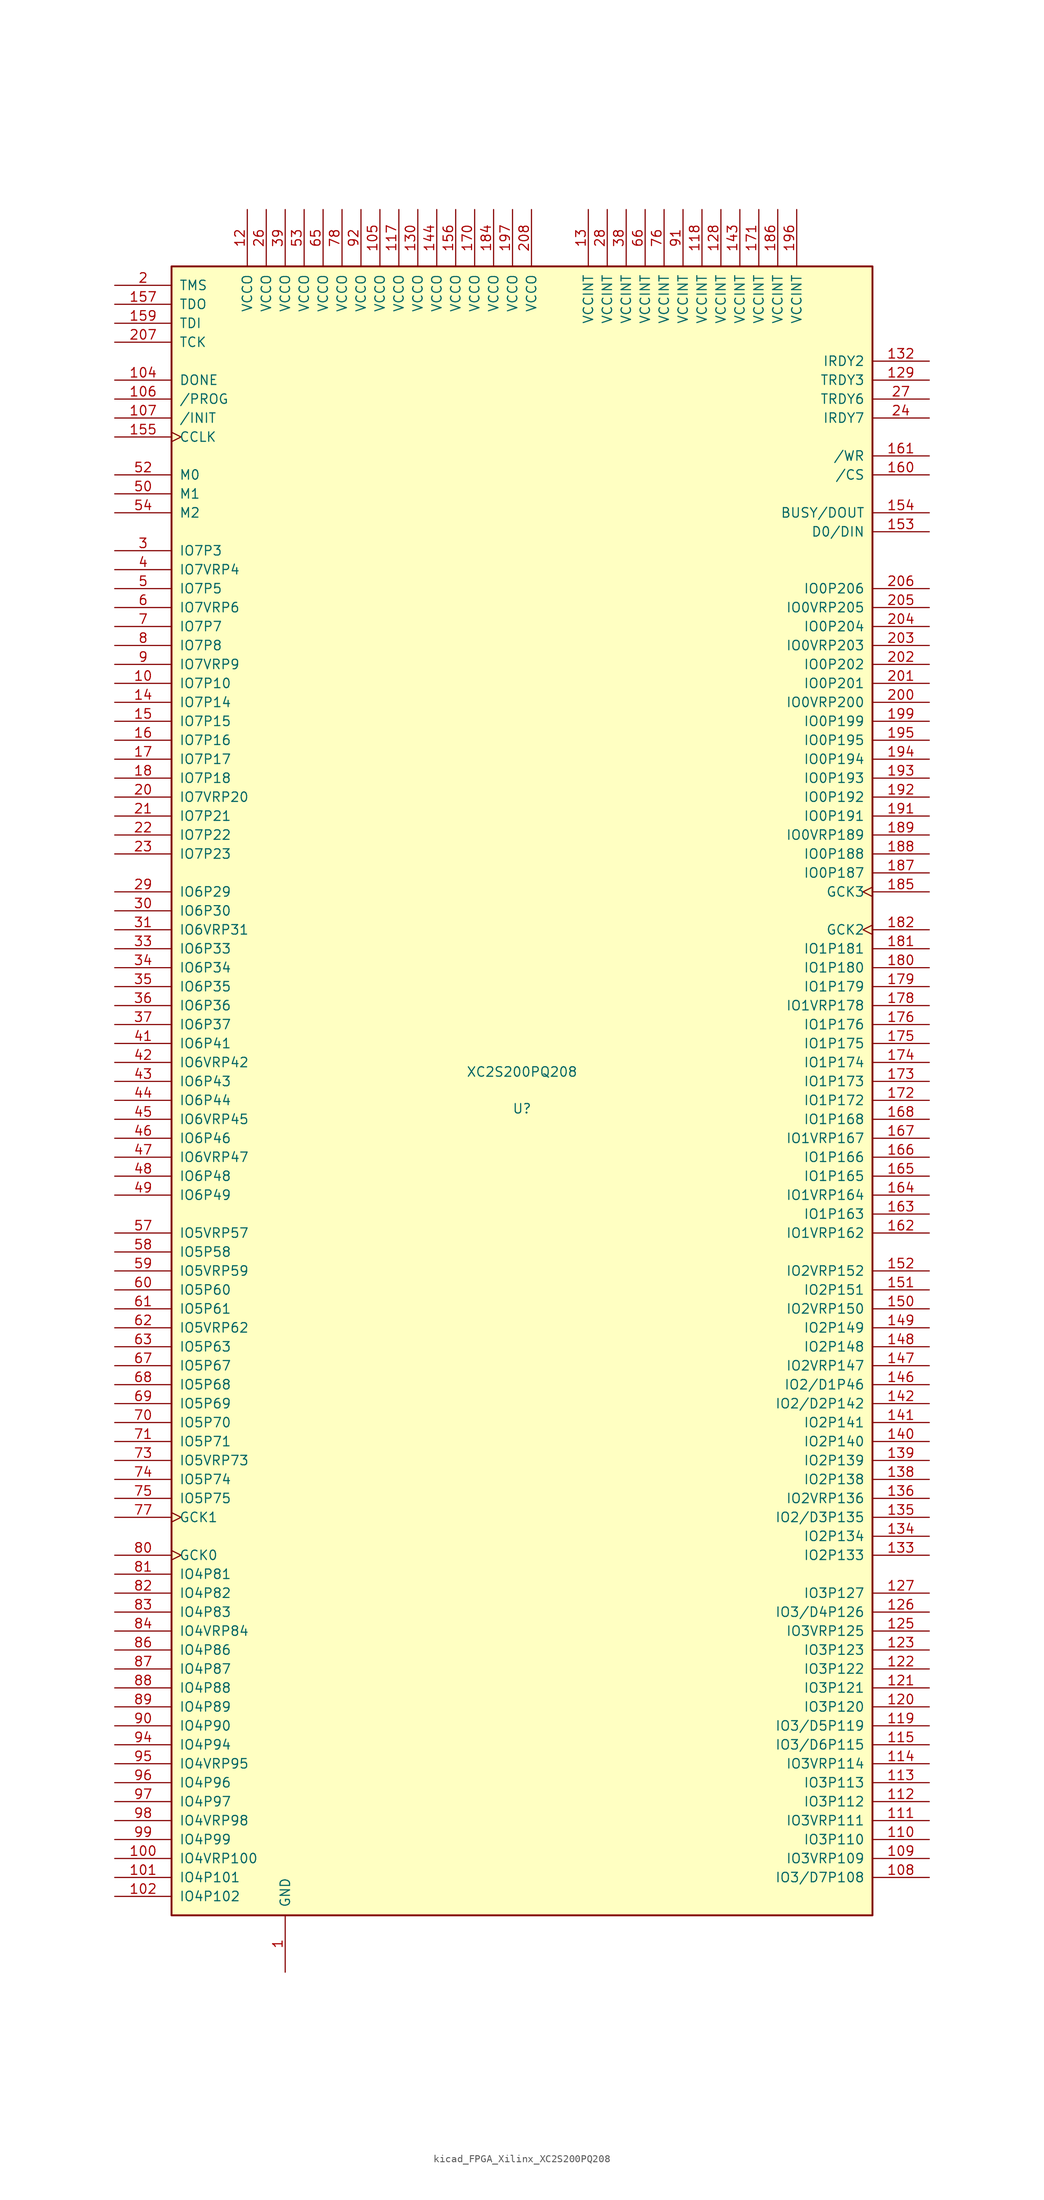
<source format=kicad_sym>
(kicad_symbol_lib
  (version 20220914)
  (generator kicad_symbol_editor)
  (symbol "kicad_FPGA_Xilinx_XC2S200PQ208"
    (pin_names
      (offset 1.016))
    (property "Reference" "U"
      (at 0 -2.388 0)
      (effects (font (size 1.27 1.27))))
    (property "Value" "XC2S200PQ208"
      (at 0 2.54 0)
      (effects (font (size 1.27 1.27))))
    (symbol "kicad_FPGA_Xilinx_XC2S200PQ208_0_1"
      (rectangle (start -46.99 110.49) (end 46.99 -110.49) (stroke (width 0.254) (type default)) (fill (type background))))
    (symbol "kicad_FPGA_Xilinx_XC2S200PQ208_1_1"
      (pin passive line (at -31.75 -118.11 90) (length 7.62) (name "GND" (effects (font (size 1.27 1.27)))) (number "1" (effects (font (size 1.27 1.27)))))
      (pin bidirectional line (at -54.61 54.61 0) (length 7.62) (name "IO7P10" (effects (font (size 1.27 1.27)))) (number "10" (effects (font (size 1.27 1.27)))))
      (pin bidirectional line (at -54.61 -102.87 0) (length 7.62) (name "IO4VRP100" (effects (font (size 1.27 1.27)))) (number "100" (effects (font (size 1.27 1.27)))))
      (pin bidirectional line (at -54.61 -105.41 0) (length 7.62) (name "IO4P101" (effects (font (size 1.27 1.27)))) (number "101" (effects (font (size 1.27 1.27)))))
      (pin bidirectional line (at -54.61 -107.95 0) (length 7.62) (name "IO4P102" (effects (font (size 1.27 1.27)))) (number "102" (effects (font (size 1.27 1.27)))))
      (pin passive line (at -31.75 -118.11 90) (length 7.62) hide (name "GND" (effects (font (size 1.27 1.27)))) (number "103" (effects (font (size 1.27 1.27)))))
      (pin bidirectional line (at -54.61 95.25 0) (length 7.62) (name "DONE" (effects (font (size 1.27 1.27)))) (number "104" (effects (font (size 1.27 1.27)))))
      (pin passive line (at -19.05 118.11 270) (length 7.62) (name "VCCO" (effects (font (size 1.27 1.27)))) (number "105" (effects (font (size 1.27 1.27)))))
      (pin input line (at -54.61 92.71 0) (length 7.62) (name "/PROG" (effects (font (size 1.27 1.27)))) (number "106" (effects (font (size 1.27 1.27)))))
      (pin bidirectional line (at -54.61 90.17 0) (length 7.62) (name "/INIT" (effects (font (size 1.27 1.27)))) (number "107" (effects (font (size 1.27 1.27)))))
      (pin bidirectional line (at 54.61 -105.41 180) (length 7.62) (name "IO3/D7P108" (effects (font (size 1.27 1.27)))) (number "108" (effects (font (size 1.27 1.27)))))
      (pin bidirectional line (at 54.61 -102.87 180) (length 7.62) (name "IO3VRP109" (effects (font (size 1.27 1.27)))) (number "109" (effects (font (size 1.27 1.27)))))
      (pin passive line (at -31.75 -118.11 90) (length 7.62) hide (name "GND" (effects (font (size 1.27 1.27)))) (number "11" (effects (font (size 1.27 1.27)))))
      (pin bidirectional line (at 54.61 -100.33 180) (length 7.62) (name "IO3P110" (effects (font (size 1.27 1.27)))) (number "110" (effects (font (size 1.27 1.27)))))
      (pin bidirectional line (at 54.61 -97.79 180) (length 7.62) (name "IO3VRP111" (effects (font (size 1.27 1.27)))) (number "111" (effects (font (size 1.27 1.27)))))
      (pin bidirectional line (at 54.61 -95.25 180) (length 7.62) (name "IO3P112" (effects (font (size 1.27 1.27)))) (number "112" (effects (font (size 1.27 1.27)))))
      (pin bidirectional line (at 54.61 -92.71 180) (length 7.62) (name "IO3P113" (effects (font (size 1.27 1.27)))) (number "113" (effects (font (size 1.27 1.27)))))
      (pin bidirectional line (at 54.61 -90.17 180) (length 7.62) (name "IO3VRP114" (effects (font (size 1.27 1.27)))) (number "114" (effects (font (size 1.27 1.27)))))
      (pin bidirectional line (at 54.61 -87.63 180) (length 7.62) (name "IO3/D6P115" (effects (font (size 1.27 1.27)))) (number "115" (effects (font (size 1.27 1.27)))))
      (pin passive line (at -31.75 -118.11 90) (length 7.62) hide (name "GND" (effects (font (size 1.27 1.27)))) (number "116" (effects (font (size 1.27 1.27)))))
      (pin passive line (at -16.51 118.11 270) (length 7.62) (name "VCCO" (effects (font (size 1.27 1.27)))) (number "117" (effects (font (size 1.27 1.27)))))
      (pin passive line (at 24.13 118.11 270) (length 7.62) (name "VCCINT" (effects (font (size 1.27 1.27)))) (number "118" (effects (font (size 1.27 1.27)))))
      (pin bidirectional line (at 54.61 -85.09 180) (length 7.62) (name "IO3/D5P119" (effects (font (size 1.27 1.27)))) (number "119" (effects (font (size 1.27 1.27)))))
      (pin passive line (at -36.83 118.11 270) (length 7.62) (name "VCCO" (effects (font (size 1.27 1.27)))) (number "12" (effects (font (size 1.27 1.27)))))
      (pin bidirectional line (at 54.61 -82.55 180) (length 7.62) (name "IO3P120" (effects (font (size 1.27 1.27)))) (number "120" (effects (font (size 1.27 1.27)))))
      (pin bidirectional line (at 54.61 -80.01 180) (length 7.62) (name "IO3P121" (effects (font (size 1.27 1.27)))) (number "121" (effects (font (size 1.27 1.27)))))
      (pin bidirectional line (at 54.61 -77.47 180) (length 7.62) (name "IO3P122" (effects (font (size 1.27 1.27)))) (number "122" (effects (font (size 1.27 1.27)))))
      (pin bidirectional line (at 54.61 -74.93 180) (length 7.62) (name "IO3P123" (effects (font (size 1.27 1.27)))) (number "123" (effects (font (size 1.27 1.27)))))
      (pin passive line (at -31.75 -118.11 90) (length 7.62) hide (name "GND" (effects (font (size 1.27 1.27)))) (number "124" (effects (font (size 1.27 1.27)))))
      (pin bidirectional line (at 54.61 -72.39 180) (length 7.62) (name "IO3VRP125" (effects (font (size 1.27 1.27)))) (number "125" (effects (font (size 1.27 1.27)))))
      (pin bidirectional line (at 54.61 -69.85 180) (length 7.62) (name "IO3/D4P126" (effects (font (size 1.27 1.27)))) (number "126" (effects (font (size 1.27 1.27)))))
      (pin bidirectional line (at 54.61 -67.31 180) (length 7.62) (name "IO3P127" (effects (font (size 1.27 1.27)))) (number "127" (effects (font (size 1.27 1.27)))))
      (pin passive line (at 26.67 118.11 270) (length 7.62) (name "VCCINT" (effects (font (size 1.27 1.27)))) (number "128" (effects (font (size 1.27 1.27)))))
      (pin bidirectional line (at 54.61 95.25 180) (length 7.62) (name "TRDY3" (effects (font (size 1.27 1.27)))) (number "129" (effects (font (size 1.27 1.27)))))
      (pin passive line (at 8.89 118.11 270) (length 7.62) (name "VCCINT" (effects (font (size 1.27 1.27)))) (number "13" (effects (font (size 1.27 1.27)))))
      (pin passive line (at -13.97 118.11 270) (length 7.62) (name "VCCO" (effects (font (size 1.27 1.27)))) (number "130" (effects (font (size 1.27 1.27)))))
      (pin passive line (at -31.75 -118.11 90) (length 7.62) hide (name "GND" (effects (font (size 1.27 1.27)))) (number "131" (effects (font (size 1.27 1.27)))))
      (pin bidirectional line (at 54.61 97.79 180) (length 7.62) (name "IRDY2" (effects (font (size 1.27 1.27)))) (number "132" (effects (font (size 1.27 1.27)))))
      (pin bidirectional line (at 54.61 -62.23 180) (length 7.62) (name "IO2P133" (effects (font (size 1.27 1.27)))) (number "133" (effects (font (size 1.27 1.27)))))
      (pin bidirectional line (at 54.61 -59.69 180) (length 7.62) (name "IO2P134" (effects (font (size 1.27 1.27)))) (number "134" (effects (font (size 1.27 1.27)))))
      (pin bidirectional line (at 54.61 -57.15 180) (length 7.62) (name "IO2/D3P135" (effects (font (size 1.27 1.27)))) (number "135" (effects (font (size 1.27 1.27)))))
      (pin bidirectional line (at 54.61 -54.61 180) (length 7.62) (name "IO2VRP136" (effects (font (size 1.27 1.27)))) (number "136" (effects (font (size 1.27 1.27)))))
      (pin passive line (at -31.75 -118.11 90) (length 7.62) hide (name "GND" (effects (font (size 1.27 1.27)))) (number "137" (effects (font (size 1.27 1.27)))))
      (pin bidirectional line (at 54.61 -52.07 180) (length 7.62) (name "IO2P138" (effects (font (size 1.27 1.27)))) (number "138" (effects (font (size 1.27 1.27)))))
      (pin bidirectional line (at 54.61 -49.53 180) (length 7.62) (name "IO2P139" (effects (font (size 1.27 1.27)))) (number "139" (effects (font (size 1.27 1.27)))))
      (pin bidirectional line (at -54.61 52.07 0) (length 7.62) (name "IO7P14" (effects (font (size 1.27 1.27)))) (number "14" (effects (font (size 1.27 1.27)))))
      (pin bidirectional line (at 54.61 -46.99 180) (length 7.62) (name "IO2P140" (effects (font (size 1.27 1.27)))) (number "140" (effects (font (size 1.27 1.27)))))
      (pin bidirectional line (at 54.61 -44.45 180) (length 7.62) (name "IO2P141" (effects (font (size 1.27 1.27)))) (number "141" (effects (font (size 1.27 1.27)))))
      (pin bidirectional line (at 54.61 -41.91 180) (length 7.62) (name "IO2/D2P142" (effects (font (size 1.27 1.27)))) (number "142" (effects (font (size 1.27 1.27)))))
      (pin passive line (at 29.21 118.11 270) (length 7.62) (name "VCCINT" (effects (font (size 1.27 1.27)))) (number "143" (effects (font (size 1.27 1.27)))))
      (pin passive line (at -11.43 118.11 270) (length 7.62) (name "VCCO" (effects (font (size 1.27 1.27)))) (number "144" (effects (font (size 1.27 1.27)))))
      (pin passive line (at -31.75 -118.11 90) (length 7.62) hide (name "GND" (effects (font (size 1.27 1.27)))) (number "145" (effects (font (size 1.27 1.27)))))
      (pin bidirectional line (at 54.61 -39.37 180) (length 7.62) (name "IO2/D1P46" (effects (font (size 1.27 1.27)))) (number "146" (effects (font (size 1.27 1.27)))))
      (pin bidirectional line (at 54.61 -36.83 180) (length 7.62) (name "IO2VRP147" (effects (font (size 1.27 1.27)))) (number "147" (effects (font (size 1.27 1.27)))))
      (pin bidirectional line (at 54.61 -34.29 180) (length 7.62) (name "IO2P148" (effects (font (size 1.27 1.27)))) (number "148" (effects (font (size 1.27 1.27)))))
      (pin bidirectional line (at 54.61 -31.75 180) (length 7.62) (name "IO2P149" (effects (font (size 1.27 1.27)))) (number "149" (effects (font (size 1.27 1.27)))))
      (pin bidirectional line (at -54.61 49.53 0) (length 7.62) (name "IO7P15" (effects (font (size 1.27 1.27)))) (number "15" (effects (font (size 1.27 1.27)))))
      (pin bidirectional line (at 54.61 -29.21 180) (length 7.62) (name "IO2VRP150" (effects (font (size 1.27 1.27)))) (number "150" (effects (font (size 1.27 1.27)))))
      (pin bidirectional line (at 54.61 -26.67 180) (length 7.62) (name "IO2P151" (effects (font (size 1.27 1.27)))) (number "151" (effects (font (size 1.27 1.27)))))
      (pin bidirectional line (at 54.61 -24.13 180) (length 7.62) (name "IO2VRP152" (effects (font (size 1.27 1.27)))) (number "152" (effects (font (size 1.27 1.27)))))
      (pin bidirectional line (at 54.61 74.93 180) (length 7.62) (name "D0/DIN" (effects (font (size 1.27 1.27)))) (number "153" (effects (font (size 1.27 1.27)))))
      (pin bidirectional line (at 54.61 77.47 180) (length 7.62) (name "BUSY/DOUT" (effects (font (size 1.27 1.27)))) (number "154" (effects (font (size 1.27 1.27)))))
      (pin bidirectional clock (at -54.61 87.63 0) (length 7.62) (name "CCLK" (effects (font (size 1.27 1.27)))) (number "155" (effects (font (size 1.27 1.27)))))
      (pin passive line (at -8.89 118.11 270) (length 7.62) (name "VCCO" (effects (font (size 1.27 1.27)))) (number "156" (effects (font (size 1.27 1.27)))))
      (pin bidirectional line (at -54.61 105.41 0) (length 7.62) (name "TDO" (effects (font (size 1.27 1.27)))) (number "157" (effects (font (size 1.27 1.27)))))
      (pin passive line (at -31.75 -118.11 90) (length 7.62) hide (name "GND" (effects (font (size 1.27 1.27)))) (number "158" (effects (font (size 1.27 1.27)))))
      (pin bidirectional line (at -54.61 102.87 0) (length 7.62) (name "TDI" (effects (font (size 1.27 1.27)))) (number "159" (effects (font (size 1.27 1.27)))))
      (pin bidirectional line (at -54.61 46.99 0) (length 7.62) (name "IO7P16" (effects (font (size 1.27 1.27)))) (number "16" (effects (font (size 1.27 1.27)))))
      (pin bidirectional line (at 54.61 82.55 180) (length 7.62) (name "/CS" (effects (font (size 1.27 1.27)))) (number "160" (effects (font (size 1.27 1.27)))))
      (pin bidirectional line (at 54.61 85.09 180) (length 7.62) (name "/WR" (effects (font (size 1.27 1.27)))) (number "161" (effects (font (size 1.27 1.27)))))
      (pin bidirectional line (at 54.61 -19.05 180) (length 7.62) (name "IO1VRP162" (effects (font (size 1.27 1.27)))) (number "162" (effects (font (size 1.27 1.27)))))
      (pin bidirectional line (at 54.61 -16.51 180) (length 7.62) (name "IO1P163" (effects (font (size 1.27 1.27)))) (number "163" (effects (font (size 1.27 1.27)))))
      (pin bidirectional line (at 54.61 -13.97 180) (length 7.62) (name "IO1VRP164" (effects (font (size 1.27 1.27)))) (number "164" (effects (font (size 1.27 1.27)))))
      (pin bidirectional line (at 54.61 -11.43 180) (length 7.62) (name "IO1P165" (effects (font (size 1.27 1.27)))) (number "165" (effects (font (size 1.27 1.27)))))
      (pin bidirectional line (at 54.61 -8.89 180) (length 7.62) (name "IO1P166" (effects (font (size 1.27 1.27)))) (number "166" (effects (font (size 1.27 1.27)))))
      (pin bidirectional line (at 54.61 -6.35 180) (length 7.62) (name "IO1VRP167" (effects (font (size 1.27 1.27)))) (number "167" (effects (font (size 1.27 1.27)))))
      (pin bidirectional line (at 54.61 -3.81 180) (length 7.62) (name "IO1P168" (effects (font (size 1.27 1.27)))) (number "168" (effects (font (size 1.27 1.27)))))
      (pin passive line (at -31.75 -118.11 90) (length 7.62) hide (name "GND" (effects (font (size 1.27 1.27)))) (number "169" (effects (font (size 1.27 1.27)))))
      (pin bidirectional line (at -54.61 44.45 0) (length 7.62) (name "IO7P17" (effects (font (size 1.27 1.27)))) (number "17" (effects (font (size 1.27 1.27)))))
      (pin passive line (at -6.35 118.11 270) (length 7.62) (name "VCCO" (effects (font (size 1.27 1.27)))) (number "170" (effects (font (size 1.27 1.27)))))
      (pin passive line (at 31.75 118.11 270) (length 7.62) (name "VCCINT" (effects (font (size 1.27 1.27)))) (number "171" (effects (font (size 1.27 1.27)))))
      (pin bidirectional line (at 54.61 -1.27 180) (length 7.62) (name "IO1P172" (effects (font (size 1.27 1.27)))) (number "172" (effects (font (size 1.27 1.27)))))
      (pin bidirectional line (at 54.61 1.27 180) (length 7.62) (name "IO1P173" (effects (font (size 1.27 1.27)))) (number "173" (effects (font (size 1.27 1.27)))))
      (pin bidirectional line (at 54.61 3.81 180) (length 7.62) (name "IO1P174" (effects (font (size 1.27 1.27)))) (number "174" (effects (font (size 1.27 1.27)))))
      (pin bidirectional line (at 54.61 6.35 180) (length 7.62) (name "IO1P175" (effects (font (size 1.27 1.27)))) (number "175" (effects (font (size 1.27 1.27)))))
      (pin bidirectional line (at 54.61 8.89 180) (length 7.62) (name "IO1P176" (effects (font (size 1.27 1.27)))) (number "176" (effects (font (size 1.27 1.27)))))
      (pin passive line (at -31.75 -118.11 90) (length 7.62) hide (name "GND" (effects (font (size 1.27 1.27)))) (number "177" (effects (font (size 1.27 1.27)))))
      (pin bidirectional line (at 54.61 11.43 180) (length 7.62) (name "IO1VRP178" (effects (font (size 1.27 1.27)))) (number "178" (effects (font (size 1.27 1.27)))))
      (pin bidirectional line (at 54.61 13.97 180) (length 7.62) (name "IO1P179" (effects (font (size 1.27 1.27)))) (number "179" (effects (font (size 1.27 1.27)))))
      (pin bidirectional line (at -54.61 41.91 0) (length 7.62) (name "IO7P18" (effects (font (size 1.27 1.27)))) (number "18" (effects (font (size 1.27 1.27)))))
      (pin bidirectional line (at 54.61 16.51 180) (length 7.62) (name "IO1P180" (effects (font (size 1.27 1.27)))) (number "180" (effects (font (size 1.27 1.27)))))
      (pin bidirectional line (at 54.61 19.05 180) (length 7.62) (name "IO1P181" (effects (font (size 1.27 1.27)))) (number "181" (effects (font (size 1.27 1.27)))))
      (pin input clock (at 54.61 21.59 180) (length 7.62) (name "GCK2" (effects (font (size 1.27 1.27)))) (number "182" (effects (font (size 1.27 1.27)))))
      (pin passive line (at -31.75 -118.11 90) (length 7.62) hide (name "GND" (effects (font (size 1.27 1.27)))) (number "183" (effects (font (size 1.27 1.27)))))
      (pin passive line (at -3.81 118.11 270) (length 7.62) (name "VCCO" (effects (font (size 1.27 1.27)))) (number "184" (effects (font (size 1.27 1.27)))))
      (pin input clock (at 54.61 26.67 180) (length 7.62) (name "GCK3" (effects (font (size 1.27 1.27)))) (number "185" (effects (font (size 1.27 1.27)))))
      (pin passive line (at 34.29 118.11 270) (length 7.62) (name "VCCINT" (effects (font (size 1.27 1.27)))) (number "186" (effects (font (size 1.27 1.27)))))
      (pin bidirectional line (at 54.61 29.21 180) (length 7.62) (name "IO0P187" (effects (font (size 1.27 1.27)))) (number "187" (effects (font (size 1.27 1.27)))))
      (pin bidirectional line (at 54.61 31.75 180) (length 7.62) (name "IO0P188" (effects (font (size 1.27 1.27)))) (number "188" (effects (font (size 1.27 1.27)))))
      (pin bidirectional line (at 54.61 34.29 180) (length 7.62) (name "IO0VRP189" (effects (font (size 1.27 1.27)))) (number "189" (effects (font (size 1.27 1.27)))))
      (pin passive line (at -31.75 -118.11 90) (length 7.62) hide (name "GND" (effects (font (size 1.27 1.27)))) (number "19" (effects (font (size 1.27 1.27)))))
      (pin passive line (at -31.75 -118.11 90) (length 7.62) hide (name "GND" (effects (font (size 1.27 1.27)))) (number "190" (effects (font (size 1.27 1.27)))))
      (pin bidirectional line (at 54.61 36.83 180) (length 7.62) (name "IO0P191" (effects (font (size 1.27 1.27)))) (number "191" (effects (font (size 1.27 1.27)))))
      (pin bidirectional line (at 54.61 39.37 180) (length 7.62) (name "IO0P192" (effects (font (size 1.27 1.27)))) (number "192" (effects (font (size 1.27 1.27)))))
      (pin bidirectional line (at 54.61 41.91 180) (length 7.62) (name "IO0P193" (effects (font (size 1.27 1.27)))) (number "193" (effects (font (size 1.27 1.27)))))
      (pin bidirectional line (at 54.61 44.45 180) (length 7.62) (name "IO0P194" (effects (font (size 1.27 1.27)))) (number "194" (effects (font (size 1.27 1.27)))))
      (pin bidirectional line (at 54.61 46.99 180) (length 7.62) (name "IO0P195" (effects (font (size 1.27 1.27)))) (number "195" (effects (font (size 1.27 1.27)))))
      (pin passive line (at 36.83 118.11 270) (length 7.62) (name "VCCINT" (effects (font (size 1.27 1.27)))) (number "196" (effects (font (size 1.27 1.27)))))
      (pin passive line (at -1.27 118.11 270) (length 7.62) (name "VCCO" (effects (font (size 1.27 1.27)))) (number "197" (effects (font (size 1.27 1.27)))))
      (pin passive line (at -31.75 -118.11 90) (length 7.62) hide (name "GND" (effects (font (size 1.27 1.27)))) (number "198" (effects (font (size 1.27 1.27)))))
      (pin bidirectional line (at 54.61 49.53 180) (length 7.62) (name "IO0P199" (effects (font (size 1.27 1.27)))) (number "199" (effects (font (size 1.27 1.27)))))
      (pin bidirectional line (at -54.61 107.95 0) (length 7.62) (name "TMS" (effects (font (size 1.27 1.27)))) (number "2" (effects (font (size 1.27 1.27)))))
      (pin bidirectional line (at -54.61 39.37 0) (length 7.62) (name "IO7VRP20" (effects (font (size 1.27 1.27)))) (number "20" (effects (font (size 1.27 1.27)))))
      (pin bidirectional line (at 54.61 52.07 180) (length 7.62) (name "IO0VRP200" (effects (font (size 1.27 1.27)))) (number "200" (effects (font (size 1.27 1.27)))))
      (pin bidirectional line (at 54.61 54.61 180) (length 7.62) (name "IO0P201" (effects (font (size 1.27 1.27)))) (number "201" (effects (font (size 1.27 1.27)))))
      (pin bidirectional line (at 54.61 57.15 180) (length 7.62) (name "IO0P202" (effects (font (size 1.27 1.27)))) (number "202" (effects (font (size 1.27 1.27)))))
      (pin bidirectional line (at 54.61 59.69 180) (length 7.62) (name "IO0VRP203" (effects (font (size 1.27 1.27)))) (number "203" (effects (font (size 1.27 1.27)))))
      (pin bidirectional line (at 54.61 62.23 180) (length 7.62) (name "IO0P204" (effects (font (size 1.27 1.27)))) (number "204" (effects (font (size 1.27 1.27)))))
      (pin bidirectional line (at 54.61 64.77 180) (length 7.62) (name "IO0VRP205" (effects (font (size 1.27 1.27)))) (number "205" (effects (font (size 1.27 1.27)))))
      (pin bidirectional line (at 54.61 67.31 180) (length 7.62) (name "IO0P206" (effects (font (size 1.27 1.27)))) (number "206" (effects (font (size 1.27 1.27)))))
      (pin bidirectional line (at -54.61 100.33 0) (length 7.62) (name "TCK" (effects (font (size 1.27 1.27)))) (number "207" (effects (font (size 1.27 1.27)))))
      (pin passive line (at 1.27 118.11 270) (length 7.62) (name "VCCO" (effects (font (size 1.27 1.27)))) (number "208" (effects (font (size 1.27 1.27)))))
      (pin bidirectional line (at -54.61 36.83 0) (length 7.62) (name "IO7P21" (effects (font (size 1.27 1.27)))) (number "21" (effects (font (size 1.27 1.27)))))
      (pin bidirectional line (at -54.61 34.29 0) (length 7.62) (name "IO7P22" (effects (font (size 1.27 1.27)))) (number "22" (effects (font (size 1.27 1.27)))))
      (pin bidirectional line (at -54.61 31.75 0) (length 7.62) (name "IO7P23" (effects (font (size 1.27 1.27)))) (number "23" (effects (font (size 1.27 1.27)))))
      (pin bidirectional line (at 54.61 90.17 180) (length 7.62) (name "IRDY7" (effects (font (size 1.27 1.27)))) (number "24" (effects (font (size 1.27 1.27)))))
      (pin passive line (at -31.75 -118.11 90) (length 7.62) hide (name "GND" (effects (font (size 1.27 1.27)))) (number "25" (effects (font (size 1.27 1.27)))))
      (pin passive line (at -34.29 118.11 270) (length 7.62) (name "VCCO" (effects (font (size 1.27 1.27)))) (number "26" (effects (font (size 1.27 1.27)))))
      (pin bidirectional line (at 54.61 92.71 180) (length 7.62) (name "TRDY6" (effects (font (size 1.27 1.27)))) (number "27" (effects (font (size 1.27 1.27)))))
      (pin passive line (at 11.43 118.11 270) (length 7.62) (name "VCCINT" (effects (font (size 1.27 1.27)))) (number "28" (effects (font (size 1.27 1.27)))))
      (pin bidirectional line (at -54.61 26.67 0) (length 7.62) (name "IO6P29" (effects (font (size 1.27 1.27)))) (number "29" (effects (font (size 1.27 1.27)))))
      (pin bidirectional line (at -54.61 72.39 0) (length 7.62) (name "IO7P3" (effects (font (size 1.27 1.27)))) (number "3" (effects (font (size 1.27 1.27)))))
      (pin bidirectional line (at -54.61 24.13 0) (length 7.62) (name "IO6P30" (effects (font (size 1.27 1.27)))) (number "30" (effects (font (size 1.27 1.27)))))
      (pin bidirectional line (at -54.61 21.59 0) (length 7.62) (name "IO6VRP31" (effects (font (size 1.27 1.27)))) (number "31" (effects (font (size 1.27 1.27)))))
      (pin passive line (at -31.75 -118.11 90) (length 7.62) hide (name "GND" (effects (font (size 1.27 1.27)))) (number "32" (effects (font (size 1.27 1.27)))))
      (pin bidirectional line (at -54.61 19.05 0) (length 7.62) (name "IO6P33" (effects (font (size 1.27 1.27)))) (number "33" (effects (font (size 1.27 1.27)))))
      (pin bidirectional line (at -54.61 16.51 0) (length 7.62) (name "IO6P34" (effects (font (size 1.27 1.27)))) (number "34" (effects (font (size 1.27 1.27)))))
      (pin bidirectional line (at -54.61 13.97 0) (length 7.62) (name "IO6P35" (effects (font (size 1.27 1.27)))) (number "35" (effects (font (size 1.27 1.27)))))
      (pin bidirectional line (at -54.61 11.43 0) (length 7.62) (name "IO6P36" (effects (font (size 1.27 1.27)))) (number "36" (effects (font (size 1.27 1.27)))))
      (pin bidirectional line (at -54.61 8.89 0) (length 7.62) (name "IO6P37" (effects (font (size 1.27 1.27)))) (number "37" (effects (font (size 1.27 1.27)))))
      (pin passive line (at 13.97 118.11 270) (length 7.62) (name "VCCINT" (effects (font (size 1.27 1.27)))) (number "38" (effects (font (size 1.27 1.27)))))
      (pin passive line (at -31.75 118.11 270) (length 7.62) (name "VCCO" (effects (font (size 1.27 1.27)))) (number "39" (effects (font (size 1.27 1.27)))))
      (pin bidirectional line (at -54.61 69.85 0) (length 7.62) (name "IO7VRP4" (effects (font (size 1.27 1.27)))) (number "4" (effects (font (size 1.27 1.27)))))
      (pin passive line (at -31.75 -118.11 90) (length 7.62) hide (name "GND" (effects (font (size 1.27 1.27)))) (number "40" (effects (font (size 1.27 1.27)))))
      (pin bidirectional line (at -54.61 6.35 0) (length 7.62) (name "IO6P41" (effects (font (size 1.27 1.27)))) (number "41" (effects (font (size 1.27 1.27)))))
      (pin bidirectional line (at -54.61 3.81 0) (length 7.62) (name "IO6VRP42" (effects (font (size 1.27 1.27)))) (number "42" (effects (font (size 1.27 1.27)))))
      (pin bidirectional line (at -54.61 1.27 0) (length 7.62) (name "IO6P43" (effects (font (size 1.27 1.27)))) (number "43" (effects (font (size 1.27 1.27)))))
      (pin bidirectional line (at -54.61 -1.27 0) (length 7.62) (name "IO6P44" (effects (font (size 1.27 1.27)))) (number "44" (effects (font (size 1.27 1.27)))))
      (pin bidirectional line (at -54.61 -3.81 0) (length 7.62) (name "IO6VRP45" (effects (font (size 1.27 1.27)))) (number "45" (effects (font (size 1.27 1.27)))))
      (pin bidirectional line (at -54.61 -6.35 0) (length 7.62) (name "IO6P46" (effects (font (size 1.27 1.27)))) (number "46" (effects (font (size 1.27 1.27)))))
      (pin bidirectional line (at -54.61 -8.89 0) (length 7.62) (name "IO6VRP47" (effects (font (size 1.27 1.27)))) (number "47" (effects (font (size 1.27 1.27)))))
      (pin bidirectional line (at -54.61 -11.43 0) (length 7.62) (name "IO6P48" (effects (font (size 1.27 1.27)))) (number "48" (effects (font (size 1.27 1.27)))))
      (pin bidirectional line (at -54.61 -13.97 0) (length 7.62) (name "IO6P49" (effects (font (size 1.27 1.27)))) (number "49" (effects (font (size 1.27 1.27)))))
      (pin bidirectional line (at -54.61 67.31 0) (length 7.62) (name "IO7P5" (effects (font (size 1.27 1.27)))) (number "5" (effects (font (size 1.27 1.27)))))
      (pin input line (at -54.61 80.01 0) (length 7.62) (name "M1" (effects (font (size 1.27 1.27)))) (number "50" (effects (font (size 1.27 1.27)))))
      (pin passive line (at -31.75 -118.11 90) (length 7.62) hide (name "GND" (effects (font (size 1.27 1.27)))) (number "51" (effects (font (size 1.27 1.27)))))
      (pin input line (at -54.61 82.55 0) (length 7.62) (name "M0" (effects (font (size 1.27 1.27)))) (number "52" (effects (font (size 1.27 1.27)))))
      (pin passive line (at -29.21 118.11 270) (length 7.62) (name "VCCO" (effects (font (size 1.27 1.27)))) (number "53" (effects (font (size 1.27 1.27)))))
      (pin input line (at -54.61 77.47 0) (length 7.62) (name "M2" (effects (font (size 1.27 1.27)))) (number "54" (effects (font (size 1.27 1.27)))))
      (pin bidirectional line (at -54.61 -19.05 0) (length 7.62) (name "IO5VRP57" (effects (font (size 1.27 1.27)))) (number "57" (effects (font (size 1.27 1.27)))))
      (pin bidirectional line (at -54.61 -21.59 0) (length 7.62) (name "IO5P58" (effects (font (size 1.27 1.27)))) (number "58" (effects (font (size 1.27 1.27)))))
      (pin bidirectional line (at -54.61 -24.13 0) (length 7.62) (name "IO5VRP59" (effects (font (size 1.27 1.27)))) (number "59" (effects (font (size 1.27 1.27)))))
      (pin bidirectional line (at -54.61 64.77 0) (length 7.62) (name "IO7VRP6" (effects (font (size 1.27 1.27)))) (number "6" (effects (font (size 1.27 1.27)))))
      (pin bidirectional line (at -54.61 -26.67 0) (length 7.62) (name "IO5P60" (effects (font (size 1.27 1.27)))) (number "60" (effects (font (size 1.27 1.27)))))
      (pin bidirectional line (at -54.61 -29.21 0) (length 7.62) (name "IO5P61" (effects (font (size 1.27 1.27)))) (number "61" (effects (font (size 1.27 1.27)))))
      (pin bidirectional line (at -54.61 -31.75 0) (length 7.62) (name "IO5VRP62" (effects (font (size 1.27 1.27)))) (number "62" (effects (font (size 1.27 1.27)))))
      (pin bidirectional line (at -54.61 -34.29 0) (length 7.62) (name "IO5P63" (effects (font (size 1.27 1.27)))) (number "63" (effects (font (size 1.27 1.27)))))
      (pin passive line (at -31.75 -118.11 90) (length 7.62) hide (name "GND" (effects (font (size 1.27 1.27)))) (number "64" (effects (font (size 1.27 1.27)))))
      (pin passive line (at -26.67 118.11 270) (length 7.62) (name "VCCO" (effects (font (size 1.27 1.27)))) (number "65" (effects (font (size 1.27 1.27)))))
      (pin passive line (at 16.51 118.11 270) (length 7.62) (name "VCCINT" (effects (font (size 1.27 1.27)))) (number "66" (effects (font (size 1.27 1.27)))))
      (pin bidirectional line (at -54.61 -36.83 0) (length 7.62) (name "IO5P67" (effects (font (size 1.27 1.27)))) (number "67" (effects (font (size 1.27 1.27)))))
      (pin bidirectional line (at -54.61 -39.37 0) (length 7.62) (name "IO5P68" (effects (font (size 1.27 1.27)))) (number "68" (effects (font (size 1.27 1.27)))))
      (pin bidirectional line (at -54.61 -41.91 0) (length 7.62) (name "IO5P69" (effects (font (size 1.27 1.27)))) (number "69" (effects (font (size 1.27 1.27)))))
      (pin bidirectional line (at -54.61 62.23 0) (length 7.62) (name "IO7P7" (effects (font (size 1.27 1.27)))) (number "7" (effects (font (size 1.27 1.27)))))
      (pin bidirectional line (at -54.61 -44.45 0) (length 7.62) (name "IO5P70" (effects (font (size 1.27 1.27)))) (number "70" (effects (font (size 1.27 1.27)))))
      (pin bidirectional line (at -54.61 -46.99 0) (length 7.62) (name "IO5P71" (effects (font (size 1.27 1.27)))) (number "71" (effects (font (size 1.27 1.27)))))
      (pin passive line (at -31.75 -118.11 90) (length 7.62) hide (name "GND" (effects (font (size 1.27 1.27)))) (number "72" (effects (font (size 1.27 1.27)))))
      (pin bidirectional line (at -54.61 -49.53 0) (length 7.62) (name "IO5VRP73" (effects (font (size 1.27 1.27)))) (number "73" (effects (font (size 1.27 1.27)))))
      (pin bidirectional line (at -54.61 -52.07 0) (length 7.62) (name "IO5P74" (effects (font (size 1.27 1.27)))) (number "74" (effects (font (size 1.27 1.27)))))
      (pin bidirectional line (at -54.61 -54.61 0) (length 7.62) (name "IO5P75" (effects (font (size 1.27 1.27)))) (number "75" (effects (font (size 1.27 1.27)))))
      (pin passive line (at 19.05 118.11 270) (length 7.62) (name "VCCINT" (effects (font (size 1.27 1.27)))) (number "76" (effects (font (size 1.27 1.27)))))
      (pin input clock (at -54.61 -57.15 0) (length 7.62) (name "GCK1" (effects (font (size 1.27 1.27)))) (number "77" (effects (font (size 1.27 1.27)))))
      (pin passive line (at -24.13 118.11 270) (length 7.62) (name "VCCO" (effects (font (size 1.27 1.27)))) (number "78" (effects (font (size 1.27 1.27)))))
      (pin passive line (at -31.75 -118.11 90) (length 7.62) hide (name "GND" (effects (font (size 1.27 1.27)))) (number "79" (effects (font (size 1.27 1.27)))))
      (pin bidirectional line (at -54.61 59.69 0) (length 7.62) (name "IO7P8" (effects (font (size 1.27 1.27)))) (number "8" (effects (font (size 1.27 1.27)))))
      (pin input clock (at -54.61 -62.23 0) (length 7.62) (name "GCK0" (effects (font (size 1.27 1.27)))) (number "80" (effects (font (size 1.27 1.27)))))
      (pin bidirectional line (at -54.61 -64.77 0) (length 7.62) (name "IO4P81" (effects (font (size 1.27 1.27)))) (number "81" (effects (font (size 1.27 1.27)))))
      (pin bidirectional line (at -54.61 -67.31 0) (length 7.62) (name "IO4P82" (effects (font (size 1.27 1.27)))) (number "82" (effects (font (size 1.27 1.27)))))
      (pin bidirectional line (at -54.61 -69.85 0) (length 7.62) (name "IO4P83" (effects (font (size 1.27 1.27)))) (number "83" (effects (font (size 1.27 1.27)))))
      (pin bidirectional line (at -54.61 -72.39 0) (length 7.62) (name "IO4VRP84" (effects (font (size 1.27 1.27)))) (number "84" (effects (font (size 1.27 1.27)))))
      (pin passive line (at -31.75 -118.11 90) (length 7.62) hide (name "GND" (effects (font (size 1.27 1.27)))) (number "85" (effects (font (size 1.27 1.27)))))
      (pin bidirectional line (at -54.61 -74.93 0) (length 7.62) (name "IO4P86" (effects (font (size 1.27 1.27)))) (number "86" (effects (font (size 1.27 1.27)))))
      (pin bidirectional line (at -54.61 -77.47 0) (length 7.62) (name "IO4P87" (effects (font (size 1.27 1.27)))) (number "87" (effects (font (size 1.27 1.27)))))
      (pin bidirectional line (at -54.61 -80.01 0) (length 7.62) (name "IO4P88" (effects (font (size 1.27 1.27)))) (number "88" (effects (font (size 1.27 1.27)))))
      (pin bidirectional line (at -54.61 -82.55 0) (length 7.62) (name "IO4P89" (effects (font (size 1.27 1.27)))) (number "89" (effects (font (size 1.27 1.27)))))
      (pin bidirectional line (at -54.61 57.15 0) (length 7.62) (name "IO7VRP9" (effects (font (size 1.27 1.27)))) (number "9" (effects (font (size 1.27 1.27)))))
      (pin bidirectional line (at -54.61 -85.09 0) (length 7.62) (name "IO4P90" (effects (font (size 1.27 1.27)))) (number "90" (effects (font (size 1.27 1.27)))))
      (pin passive line (at 21.59 118.11 270) (length 7.62) (name "VCCINT" (effects (font (size 1.27 1.27)))) (number "91" (effects (font (size 1.27 1.27)))))
      (pin passive line (at -21.59 118.11 270) (length 7.62) (name "VCCO" (effects (font (size 1.27 1.27)))) (number "92" (effects (font (size 1.27 1.27)))))
      (pin passive line (at -31.75 -118.11 90) (length 7.62) hide (name "GND" (effects (font (size 1.27 1.27)))) (number "93" (effects (font (size 1.27 1.27)))))
      (pin bidirectional line (at -54.61 -87.63 0) (length 7.62) (name "IO4P94" (effects (font (size 1.27 1.27)))) (number "94" (effects (font (size 1.27 1.27)))))
      (pin bidirectional line (at -54.61 -90.17 0) (length 7.62) (name "IO4VRP95" (effects (font (size 1.27 1.27)))) (number "95" (effects (font (size 1.27 1.27)))))
      (pin bidirectional line (at -54.61 -92.71 0) (length 7.62) (name "IO4P96" (effects (font (size 1.27 1.27)))) (number "96" (effects (font (size 1.27 1.27)))))
      (pin bidirectional line (at -54.61 -95.25 0) (length 7.62) (name "IO4P97" (effects (font (size 1.27 1.27)))) (number "97" (effects (font (size 1.27 1.27)))))
      (pin bidirectional line (at -54.61 -97.79 0) (length 7.62) (name "IO4VRP98" (effects (font (size 1.27 1.27)))) (number "98" (effects (font (size 1.27 1.27)))))
      (pin bidirectional line (at -54.61 -100.33 0) (length 7.62) (name "IO4P99" (effects (font (size 1.27 1.27)))) (number "99" (effects (font (size 1.27 1.27))))))))
</source>
